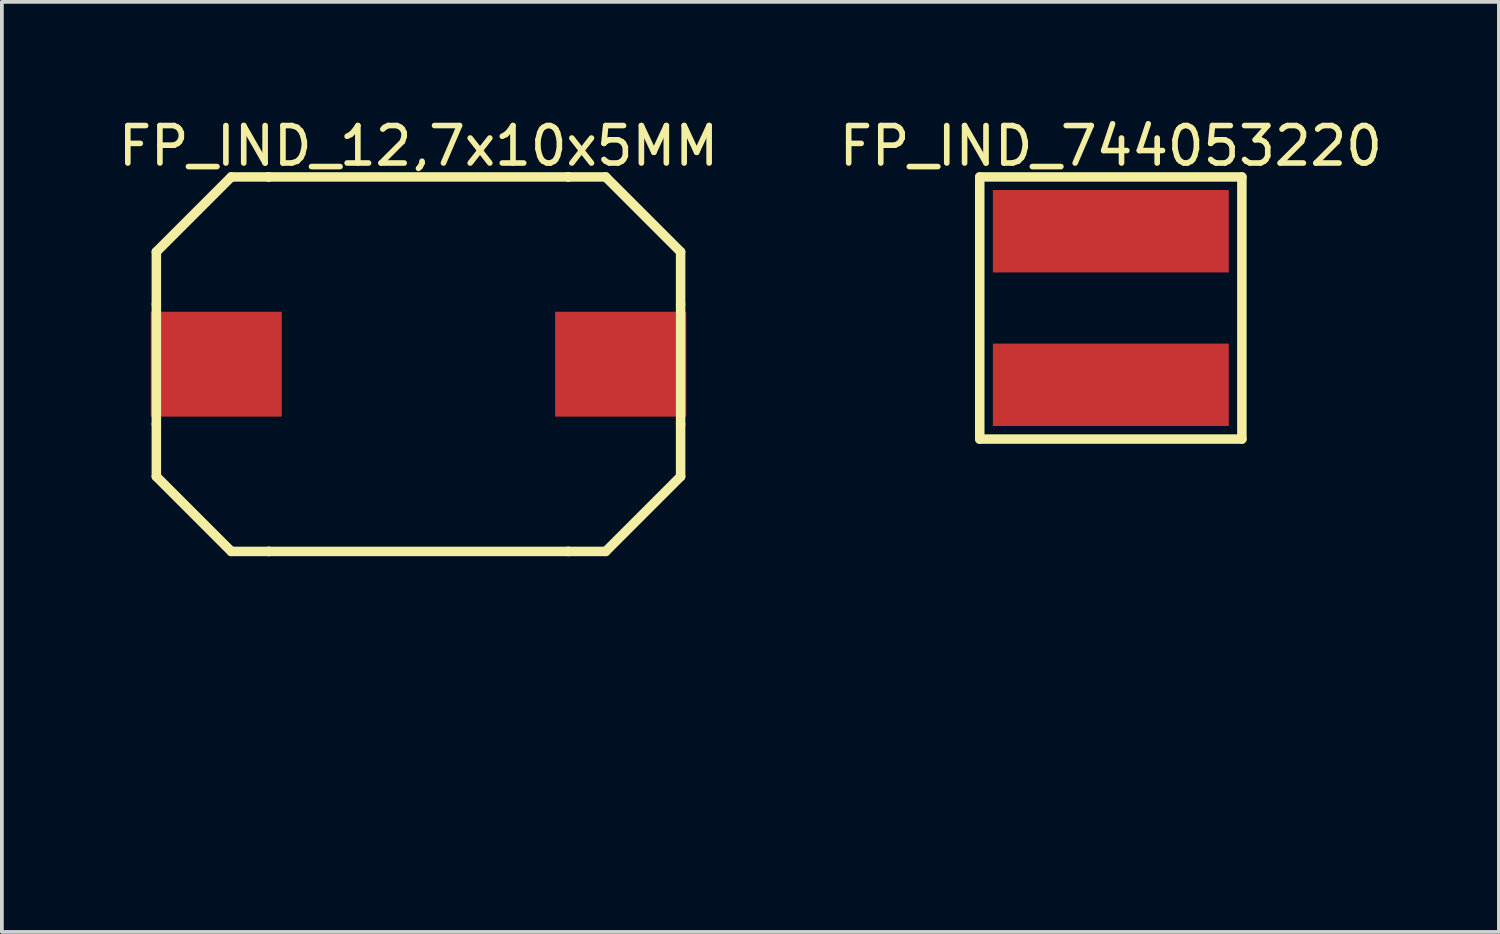
<source format=kicad_pcb>
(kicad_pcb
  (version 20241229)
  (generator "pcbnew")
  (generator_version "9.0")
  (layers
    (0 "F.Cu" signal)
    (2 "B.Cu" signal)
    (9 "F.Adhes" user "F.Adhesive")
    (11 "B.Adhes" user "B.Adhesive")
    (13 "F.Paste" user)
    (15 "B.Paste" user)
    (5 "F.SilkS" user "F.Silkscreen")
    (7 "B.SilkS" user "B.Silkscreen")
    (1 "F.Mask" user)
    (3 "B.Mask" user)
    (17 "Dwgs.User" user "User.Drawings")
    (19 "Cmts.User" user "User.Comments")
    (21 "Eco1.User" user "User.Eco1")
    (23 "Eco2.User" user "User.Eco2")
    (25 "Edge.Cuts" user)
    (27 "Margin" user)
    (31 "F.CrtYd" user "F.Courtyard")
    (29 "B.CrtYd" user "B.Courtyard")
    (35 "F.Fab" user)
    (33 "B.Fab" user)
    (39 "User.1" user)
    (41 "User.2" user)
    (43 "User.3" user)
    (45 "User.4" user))
  (footprint "FP_IND_744053220"
    (layer "F.Cu")
    (at 26.613 5.175)
    (property "Reference" "FP_IND_744053220" (at 0 -4.327 0) (layer "F.SilkS") (effects (font (size 1 1) (thickness 0.15))))
    (fp_line (start -3.5 -3.5) (end 3.5 -3.5) (stroke (width 0.254) (type solid)) (layer "F.SilkS"))
    (fp_line (start -3.5 3.5) (end -3.5 -3.5) (stroke (width 0.254) (type solid)) (layer "F.SilkS"))
    (fp_line (start -3.5 3.5) (end 3.5 3.5) (stroke (width 0.254) (type solid)) (layer "F.SilkS"))
    (fp_line (start 3.5 3.5) (end 3.5 -3.5) (stroke (width 0.254) (type solid)) (layer "F.SilkS"))
    (fp_line (start -3.5 -3.5) (end 3.5 -3.5) (stroke (width 0.254) (type solid)) (layer "Eco2.User"))
    (fp_line (start -3.5 3.5) (end -3.5 -3.5) (stroke (width 0.254) (type solid)) (layer "Eco2.User"))
    (fp_line (start -3.5 3.5) (end 3.5 3.5) (stroke (width 0.254) (type solid)) (layer "Eco2.User"))
    (fp_line (start 3.5 3.5) (end 3.5 -3.5) (stroke (width 0.254) (type solid)) (layer "Eco2.User"))
    (fp_text user "${REFERENCE}" (at -0.624 -1.3 270) (unlocked yes) (layer "Eco2.User") (effects (font (size 1.016 1.016) (thickness 0.152)) (justify left bottom)))
    (pad "1" smd rect (at 0 -2.05) (size 6.3 2.2) (layers "F.Cu" "F.Mask" "F.Paste"))
    (pad "2" smd rect (at 0 2.05) (size 6.3 2.2) (layers "F.Cu" "F.Mask" "F.Paste")))
  (footprint "FP_IND_12,7x10x5MM"
    (layer "F.Cu")
    (at 8.125 6.675)
    (property "Reference" "FP_IND_12,7x10x5MM" (at 0 -5.827 0) (layer "F.SilkS") (effects (font (size 1 1) (thickness 0.15))))
    (fp_line (start -7 -3) (end -5 -5) (stroke (width 0.254) (type solid)) (layer "F.SilkS"))
    (fp_line (start -7 -1.6) (end -7 -3) (stroke (width 0.254) (type solid)) (layer "F.SilkS"))
    (fp_line (start -7 1.6) (end -7 -1.6) (stroke (width 0.254) (type solid)) (layer "F.SilkS"))
    (fp_line (start -7 3) (end -7 1.6) (stroke (width 0.254) (type solid)) (layer "F.SilkS"))
    (fp_line (start -7 3) (end -5 5) (stroke (width 0.254) (type solid)) (layer "F.SilkS"))
    (fp_line (start -5 -5) (end -4 -5) (stroke (width 0.254) (type solid)) (layer "F.SilkS"))
    (fp_line (start -5 5) (end -4 5) (stroke (width 0.254) (type solid)) (layer "F.SilkS"))
    (fp_line (start -4 -5) (end -4 -5) (stroke (width 0.254) (type solid)) (layer "F.SilkS"))
    (fp_line (start -4 -5) (end 4 -5) (stroke (width 0.254) (type solid)) (layer "F.SilkS"))
    (fp_line (start -4 5) (end -4 5) (stroke (width 0.254) (type solid)) (layer "F.SilkS"))
    (fp_line (start -4 5) (end 4 5) (stroke (width 0.254) (type solid)) (layer "F.SilkS"))
    (fp_line (start 4 -5) (end 4 -5) (stroke (width 0.254) (type solid)) (layer "F.SilkS"))
    (fp_line (start 4 -5) (end 5 -5) (stroke (width 0.254) (type solid)) (layer "F.SilkS"))
    (fp_line (start 4 5) (end 4 5) (stroke (width 0.254) (type solid)) (layer "F.SilkS"))
    (fp_line (start 4 5) (end 5 5) (stroke (width 0.254) (type solid)) (layer "F.SilkS"))
    (fp_line (start 5 -5) (end 7 -3) (stroke (width 0.254) (type solid)) (layer "F.SilkS"))
    (fp_line (start 5 5) (end 7 3) (stroke (width 0.254) (type solid)) (layer "F.SilkS"))
    (fp_line (start 7 -1.6) (end 7 -3) (stroke (width 0.254) (type solid)) (layer "F.SilkS"))
    (fp_line (start 7 1.6) (end 7 -1.6) (stroke (width 0.254) (type solid)) (layer "F.SilkS"))
    (fp_line (start 7 3) (end 7 1.6) (stroke (width 0.254) (type solid)) (layer "F.SilkS"))
    (pad "1" smd rect (at -5.4 0) (size 3.5 2.8) (layers "F.Cu" "F.Mask" "F.Paste"))
    (pad "2" smd rect (at 5.4 0) (size 3.5 2.8) (layers "F.Cu" "F.Mask" "F.Paste")))
  (gr_rect
    (start -3 -3)
    (end 36.976 21.837)
    (stroke (width 0.1) (type default))
    (fill no)
    (layer "Edge.Cuts")))
</source>
